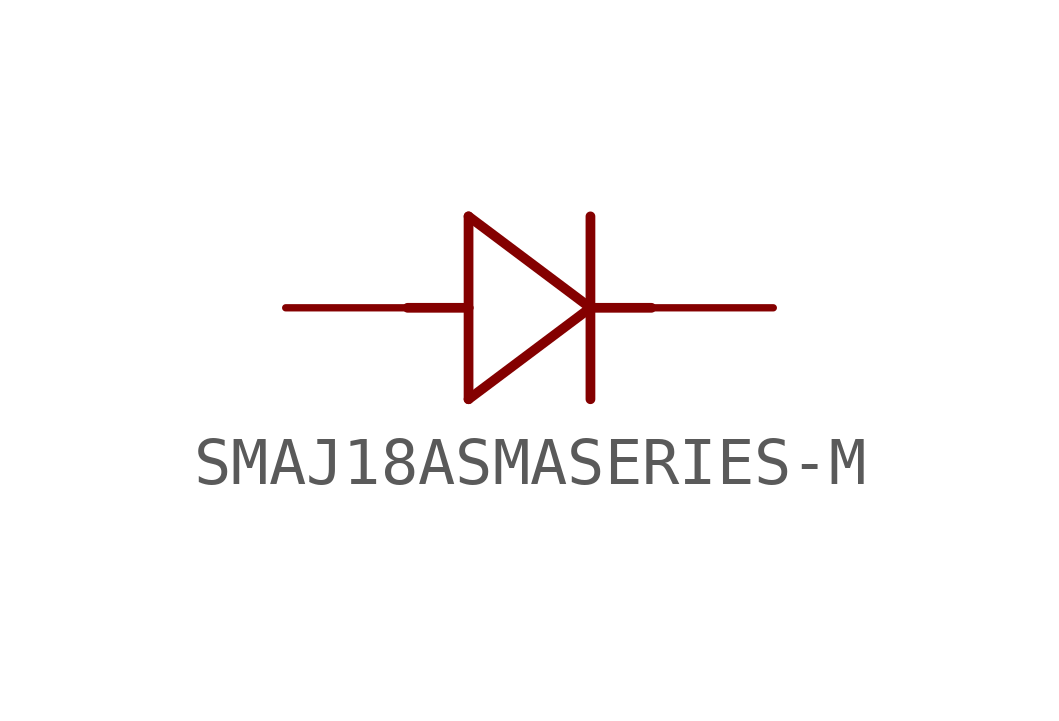
<source format=kicad_sym>
(kicad_symbol_lib
  (version 20231120)
  (generator "kicad_symbol_editor")
  (generator_version "8.0")
  (symbol "SMAJ18ASMASERIES-M"
    (property "Reference" "CR"
      (at -2.819 2.692 0)
      (effects (font (size 3.48 2.958)) (justify left bottom) (hide yes)))
    (property "ki_locked" ""
      (at 0 0 0)
      (effects (font (size 1.27 1.27))))
    (symbol "SMAJ18ASMASERIES-M_1_0"
      (polyline (pts (xy 2.54 0) (xy 3.81 0)) (stroke (width 0.203) (type solid)) (fill (type none)))
      (polyline (pts (xy 3.81 -1.905) (xy 6.35 0)) (stroke (width 0.203) (type solid)) (fill (type none)))
      (polyline (pts (xy 3.81 0) (xy 3.81 -1.905)) (stroke (width 0.203) (type solid)) (fill (type none)))
      (polyline (pts (xy 3.81 1.905) (xy 3.81 0)) (stroke (width 0.203) (type solid)) (fill (type none)))
      (polyline (pts (xy 6.35 -1.905) (xy 6.35 0)) (stroke (width 0.203) (type solid)) (fill (type none)))
      (polyline (pts (xy 6.35 0) (xy 3.81 1.905)) (stroke (width 0.203) (type solid)) (fill (type none)))
      (polyline (pts (xy 6.35 0) (xy 6.35 1.905)) (stroke (width 0.203) (type solid)) (fill (type none)))
      (polyline (pts (xy 6.35 0) (xy 7.62 0)) (stroke (width 0.203) (type solid)) (fill (type none)))
      (pin passive line (at 10.16 0 180) (length 2.54) (name "1" (effects (font (size 0 0)))) (number "1" (effects (font (size 0 0)))))
      (pin passive line (at 0 0 0) (length 2.54) (name "2" (effects (font (size 0 0)))) (number "2" (effects (font (size 0 0))))))))
</source>
